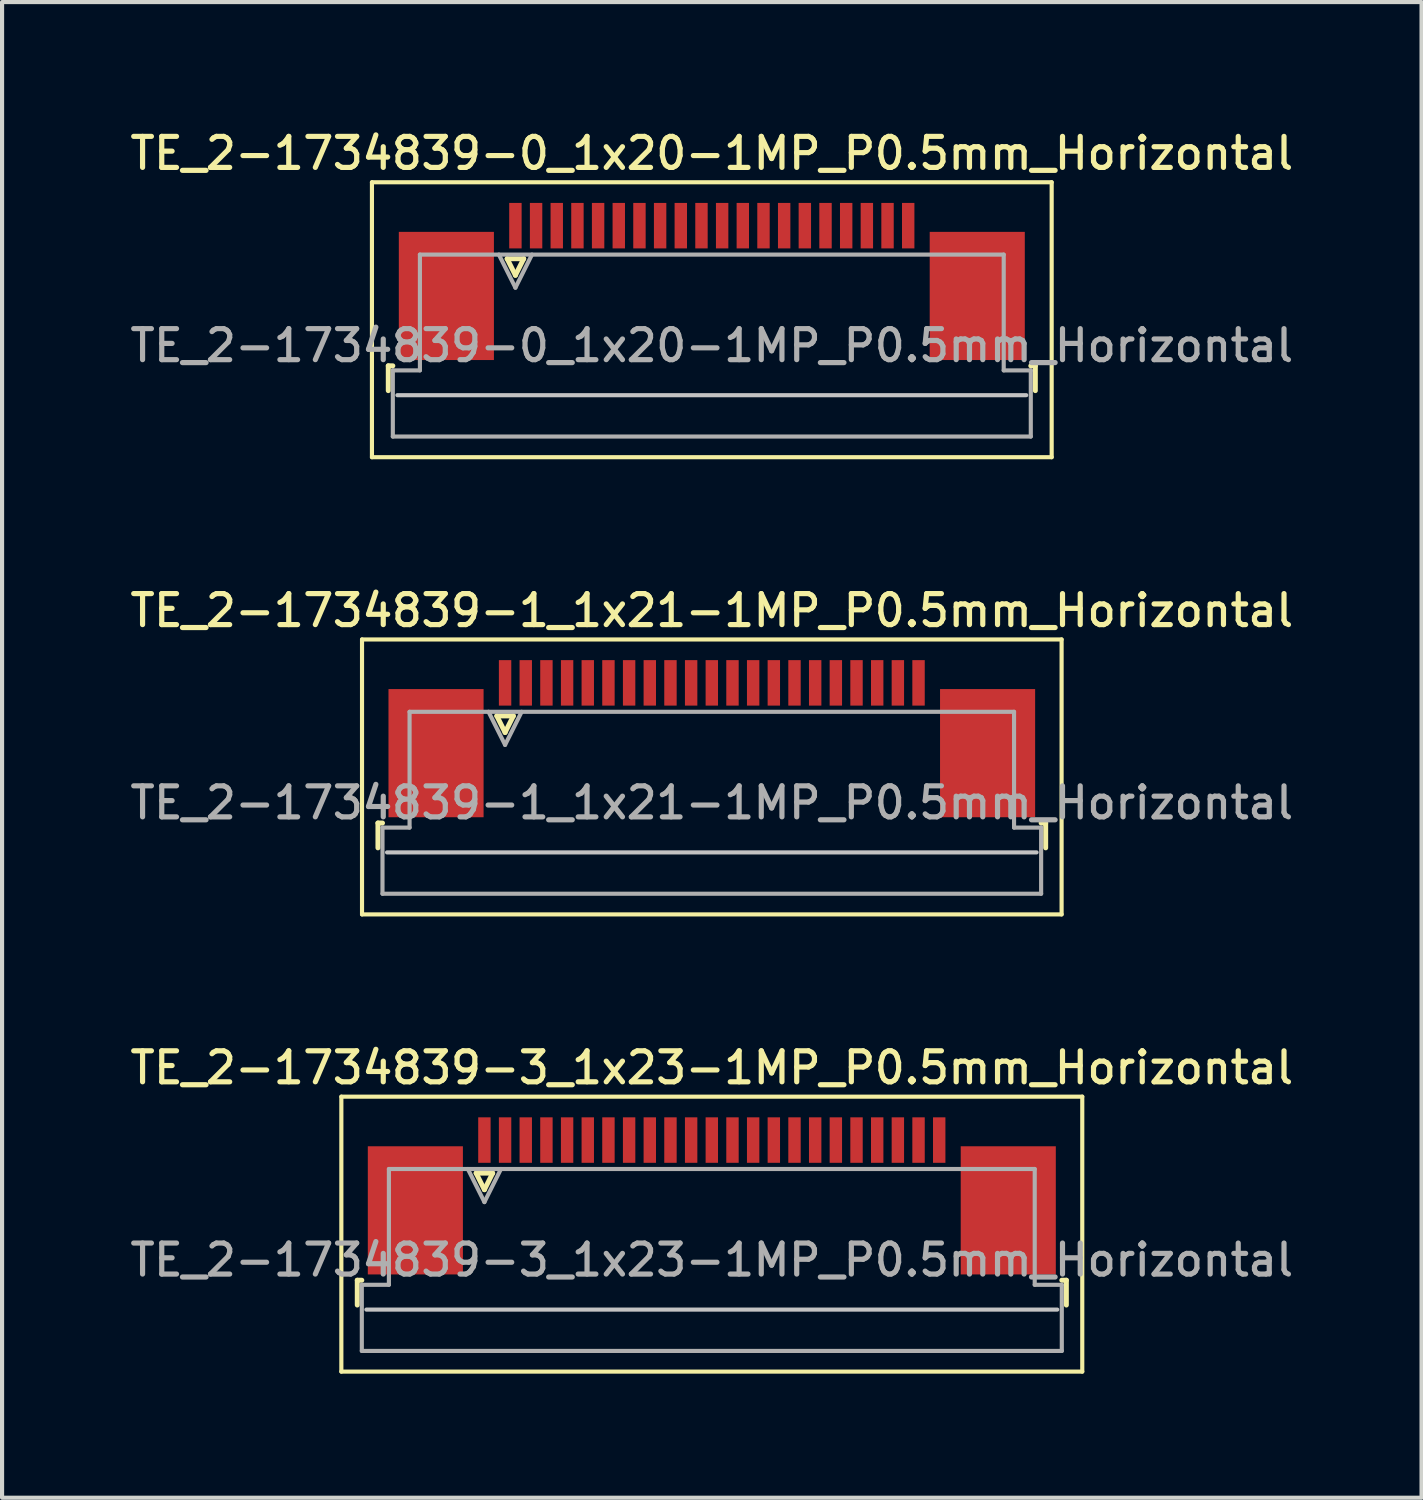
<source format=kicad_pcb>
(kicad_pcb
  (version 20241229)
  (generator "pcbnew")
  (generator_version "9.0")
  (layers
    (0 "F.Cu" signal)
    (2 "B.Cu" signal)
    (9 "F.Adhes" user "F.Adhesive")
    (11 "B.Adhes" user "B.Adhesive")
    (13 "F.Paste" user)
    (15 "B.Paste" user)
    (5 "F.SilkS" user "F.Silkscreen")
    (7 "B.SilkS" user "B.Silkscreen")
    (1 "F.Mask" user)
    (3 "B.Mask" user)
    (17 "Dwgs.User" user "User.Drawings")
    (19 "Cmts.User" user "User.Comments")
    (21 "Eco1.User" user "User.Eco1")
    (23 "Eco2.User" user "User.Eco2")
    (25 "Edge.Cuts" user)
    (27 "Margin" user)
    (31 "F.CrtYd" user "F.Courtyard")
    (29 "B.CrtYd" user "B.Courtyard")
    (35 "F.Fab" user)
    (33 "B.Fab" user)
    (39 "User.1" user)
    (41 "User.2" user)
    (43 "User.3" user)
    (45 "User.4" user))
  (footprint "TE_2-1734839-1_1x21-1MP_P0.5mm_Horizontal"
    (layer "F.Cu")
    (at 14.166 14.816)
    (property "Reference" "TE_2-1734839-1_1x21-1MP_P0.5mm_Horizontal" (at 0 -3.1 0) (layer "F.SilkS") (effects (font (size 0.75 0.75) (thickness 0.125))))
    (attr smd)
    (fp_line (start -8.46 -2.4) (end -8.46 4.25) (stroke (width 0.1) (type solid)) (layer "F.SilkS"))
    (fp_line (start -8.46 4.25) (end 8.46 4.25) (stroke (width 0.1) (type solid)) (layer "F.SilkS"))
    (fp_line (start -8.075 2.04) (end -8.075 2.64) (stroke (width 0.12) (type solid)) (layer "F.SilkS"))
    (fp_line (start -7.965 2.04) (end -8.075 2.04) (stroke (width 0.12) (type solid)) (layer "F.SilkS"))
    (fp_line (start -5.2 -0.55) (end -5 -0.15) (stroke (width 0.12) (type solid)) (layer "F.SilkS"))
    (fp_line (start -5 -0.15) (end -4.8 -0.55) (stroke (width 0.12) (type solid)) (layer "F.SilkS"))
    (fp_line (start -4.8 -0.55) (end -5.2 -0.55) (stroke (width 0.12) (type solid)) (layer "F.SilkS"))
    (fp_line (start 7.965 2.04) (end 8.075 2.04) (stroke (width 0.12) (type solid)) (layer "F.SilkS"))
    (fp_line (start 8.075 2.04) (end 8.075 2.64) (stroke (width 0.12) (type solid)) (layer "F.SilkS"))
    (fp_line (start 8.46 -2.4) (end -8.46 -2.4) (stroke (width 0.1) (type solid)) (layer "F.SilkS"))
    (fp_line (start 8.46 4.25) (end 8.46 -2.4) (stroke (width 0.1) (type solid)) (layer "F.SilkS"))
    (fp_line (start 7.855 2.75) (end -7.855 2.75) (stroke (width 0.1) (type solid)) (layer "Dwgs.User"))
    (fp_line (start -7.965 2.15) (end -7.31 2.15) (stroke (width 0.1) (type solid)) (layer "F.Fab"))
    (fp_line (start -7.965 3.75) (end -7.965 2.15) (stroke (width 0.1) (type solid)) (layer "F.Fab"))
    (fp_line (start -7.31 -0.65) (end 7.31 -0.65) (stroke (width 0.1) (type solid)) (layer "F.Fab"))
    (fp_line (start -7.31 2.15) (end -7.31 -0.65) (stroke (width 0.1) (type solid)) (layer "F.Fab"))
    (fp_line (start -5.4 -0.65) (end -5 0.15) (stroke (width 0.1) (type solid)) (layer "F.Fab"))
    (fp_line (start -5 0.15) (end -4.6 -0.65) (stroke (width 0.1) (type solid)) (layer "F.Fab"))
    (fp_line (start 7.31 -0.65) (end 7.31 2.15) (stroke (width 0.1) (type solid)) (layer "F.Fab"))
    (fp_line (start 7.31 2.15) (end 7.965 2.15) (stroke (width 0.1) (type solid)) (layer "F.Fab"))
    (fp_line (start 7.965 2.15) (end 7.965 3.75) (stroke (width 0.1) (type solid)) (layer "F.Fab"))
    (fp_line (start 7.965 3.75) (end -7.965 3.75) (stroke (width 0.1) (type solid)) (layer "F.Fab"))
    (fp_text user "${REFERENCE}" (at 0 1.55 0) (layer "F.Fab") (effects (font (size 0.75 0.75) (thickness 0.125))))
    (pad "1" smd rect (at -5 -1.35) (size 0.3 1.1) (layers "F.Cu" "F.Mask" "F.Paste"))
    (pad "2" smd rect (at -4.5 -1.35) (size 0.3 1.1) (layers "F.Cu" "F.Mask" "F.Paste"))
    (pad "3" smd rect (at -4 -1.35) (size 0.3 1.1) (layers "F.Cu" "F.Mask" "F.Paste"))
    (pad "4" smd rect (at -3.5 -1.35) (size 0.3 1.1) (layers "F.Cu" "F.Mask" "F.Paste"))
    (pad "5" smd rect (at -3 -1.35) (size 0.3 1.1) (layers "F.Cu" "F.Mask" "F.Paste"))
    (pad "6" smd rect (at -2.5 -1.35) (size 0.3 1.1) (layers "F.Cu" "F.Mask" "F.Paste"))
    (pad "7" smd rect (at -2 -1.35) (size 0.3 1.1) (layers "F.Cu" "F.Mask" "F.Paste"))
    (pad "8" smd rect (at -1.5 -1.35) (size 0.3 1.1) (layers "F.Cu" "F.Mask" "F.Paste"))
    (pad "9" smd rect (at -1 -1.35) (size 0.3 1.1) (layers "F.Cu" "F.Mask" "F.Paste"))
    (pad "10" smd rect (at -0.5 -1.35) (size 0.3 1.1) (layers "F.Cu" "F.Mask" "F.Paste"))
    (pad "11" smd rect (at 0 -1.35) (size 0.3 1.1) (layers "F.Cu" "F.Mask" "F.Paste"))
    (pad "12" smd rect (at 0.5 -1.35) (size 0.3 1.1) (layers "F.Cu" "F.Mask" "F.Paste"))
    (pad "13" smd rect (at 1 -1.35) (size 0.3 1.1) (layers "F.Cu" "F.Mask" "F.Paste"))
    (pad "14" smd rect (at 1.5 -1.35) (size 0.3 1.1) (layers "F.Cu" "F.Mask" "F.Paste"))
    (pad "15" smd rect (at 2 -1.35) (size 0.3 1.1) (layers "F.Cu" "F.Mask" "F.Paste"))
    (pad "16" smd rect (at 2.5 -1.35) (size 0.3 1.1) (layers "F.Cu" "F.Mask" "F.Paste"))
    (pad "17" smd rect (at 3 -1.35) (size 0.3 1.1) (layers "F.Cu" "F.Mask" "F.Paste"))
    (pad "18" smd rect (at 3.5 -1.35) (size 0.3 1.1) (layers "F.Cu" "F.Mask" "F.Paste"))
    (pad "19" smd rect (at 4 -1.35) (size 0.3 1.1) (layers "F.Cu" "F.Mask" "F.Paste"))
    (pad "20" smd rect (at 4.5 -1.35) (size 0.3 1.1) (layers "F.Cu" "F.Mask" "F.Paste"))
    (pad "21" smd rect (at 5 -1.35) (size 0.3 1.1) (layers "F.Cu" "F.Mask" "F.Paste"))
    (pad "MP" smd rect (at -6.67 0.35) (size 2.3 3.1) (layers "F.Cu" "F.Mask" "F.Paste"))
    (pad "MP" smd rect (at 6.67 0.35) (size 2.3 3.1) (layers "F.Cu" "F.Mask" "F.Paste")))
  (footprint "TE_2-1734839-0_1x20-1MP_P0.5mm_Horizontal"
    (layer "F.Cu")
    (at 14.166 3.758)
    (property "Reference" "TE_2-1734839-0_1x20-1MP_P0.5mm_Horizontal" (at 0 -3.1 0) (layer "F.SilkS") (effects (font (size 0.75 0.75) (thickness 0.125))))
    (attr smd)
    (fp_line (start -8.22 -2.4) (end -8.22 4.25) (stroke (width 0.1) (type solid)) (layer "F.SilkS"))
    (fp_line (start -8.22 4.25) (end 8.22 4.25) (stroke (width 0.1) (type solid)) (layer "F.SilkS"))
    (fp_line (start -7.825 2.04) (end -7.825 2.64) (stroke (width 0.12) (type solid)) (layer "F.SilkS"))
    (fp_line (start -7.715 2.04) (end -7.825 2.04) (stroke (width 0.12) (type solid)) (layer "F.SilkS"))
    (fp_line (start -4.95 -0.55) (end -4.75 -0.15) (stroke (width 0.12) (type solid)) (layer "F.SilkS"))
    (fp_line (start -4.75 -0.15) (end -4.55 -0.55) (stroke (width 0.12) (type solid)) (layer "F.SilkS"))
    (fp_line (start -4.55 -0.55) (end -4.95 -0.55) (stroke (width 0.12) (type solid)) (layer "F.SilkS"))
    (fp_line (start 7.715 2.04) (end 7.825 2.04) (stroke (width 0.12) (type solid)) (layer "F.SilkS"))
    (fp_line (start 7.825 2.04) (end 7.825 2.64) (stroke (width 0.12) (type solid)) (layer "F.SilkS"))
    (fp_line (start 8.22 -2.4) (end -8.22 -2.4) (stroke (width 0.1) (type solid)) (layer "F.SilkS"))
    (fp_line (start 8.22 4.25) (end 8.22 -2.4) (stroke (width 0.1) (type solid)) (layer "F.SilkS"))
    (fp_line (start 7.605 2.75) (end -7.605 2.75) (stroke (width 0.1) (type solid)) (layer "Dwgs.User"))
    (fp_line (start -7.715 2.15) (end -7.06 2.15) (stroke (width 0.1) (type solid)) (layer "F.Fab"))
    (fp_line (start -7.715 3.75) (end -7.715 2.15) (stroke (width 0.1) (type solid)) (layer "F.Fab"))
    (fp_line (start -7.06 -0.65) (end 7.06 -0.65) (stroke (width 0.1) (type solid)) (layer "F.Fab"))
    (fp_line (start -7.06 2.15) (end -7.06 -0.65) (stroke (width 0.1) (type solid)) (layer "F.Fab"))
    (fp_line (start -5.15 -0.65) (end -4.75 0.15) (stroke (width 0.1) (type solid)) (layer "F.Fab"))
    (fp_line (start -4.75 0.15) (end -4.35 -0.65) (stroke (width 0.1) (type solid)) (layer "F.Fab"))
    (fp_line (start 7.06 -0.65) (end 7.06 2.15) (stroke (width 0.1) (type solid)) (layer "F.Fab"))
    (fp_line (start 7.06 2.15) (end 7.715 2.15) (stroke (width 0.1) (type solid)) (layer "F.Fab"))
    (fp_line (start 7.715 2.15) (end 7.715 3.75) (stroke (width 0.1) (type solid)) (layer "F.Fab"))
    (fp_line (start 7.715 3.75) (end -7.715 3.75) (stroke (width 0.1) (type solid)) (layer "F.Fab"))
    (fp_text user "${REFERENCE}" (at 0 1.55 0) (layer "F.Fab") (effects (font (size 0.75 0.75) (thickness 0.125))))
    (pad "1" smd rect (at -4.75 -1.35) (size 0.3 1.1) (layers "F.Cu" "F.Mask" "F.Paste"))
    (pad "2" smd rect (at -4.25 -1.35) (size 0.3 1.1) (layers "F.Cu" "F.Mask" "F.Paste"))
    (pad "3" smd rect (at -3.75 -1.35) (size 0.3 1.1) (layers "F.Cu" "F.Mask" "F.Paste"))
    (pad "4" smd rect (at -3.25 -1.35) (size 0.3 1.1) (layers "F.Cu" "F.Mask" "F.Paste"))
    (pad "5" smd rect (at -2.75 -1.35) (size 0.3 1.1) (layers "F.Cu" "F.Mask" "F.Paste"))
    (pad "6" smd rect (at -2.25 -1.35) (size 0.3 1.1) (layers "F.Cu" "F.Mask" "F.Paste"))
    (pad "7" smd rect (at -1.75 -1.35) (size 0.3 1.1) (layers "F.Cu" "F.Mask" "F.Paste"))
    (pad "8" smd rect (at -1.25 -1.35) (size 0.3 1.1) (layers "F.Cu" "F.Mask" "F.Paste"))
    (pad "9" smd rect (at -0.75 -1.35) (size 0.3 1.1) (layers "F.Cu" "F.Mask" "F.Paste"))
    (pad "10" smd rect (at -0.25 -1.35) (size 0.3 1.1) (layers "F.Cu" "F.Mask" "F.Paste"))
    (pad "11" smd rect (at 0.25 -1.35) (size 0.3 1.1) (layers "F.Cu" "F.Mask" "F.Paste"))
    (pad "12" smd rect (at 0.75 -1.35) (size 0.3 1.1) (layers "F.Cu" "F.Mask" "F.Paste"))
    (pad "13" smd rect (at 1.25 -1.35) (size 0.3 1.1) (layers "F.Cu" "F.Mask" "F.Paste"))
    (pad "14" smd rect (at 1.75 -1.35) (size 0.3 1.1) (layers "F.Cu" "F.Mask" "F.Paste"))
    (pad "15" smd rect (at 2.25 -1.35) (size 0.3 1.1) (layers "F.Cu" "F.Mask" "F.Paste"))
    (pad "16" smd rect (at 2.75 -1.35) (size 0.3 1.1) (layers "F.Cu" "F.Mask" "F.Paste"))
    (pad "17" smd rect (at 3.25 -1.35) (size 0.3 1.1) (layers "F.Cu" "F.Mask" "F.Paste"))
    (pad "18" smd rect (at 3.75 -1.35) (size 0.3 1.1) (layers "F.Cu" "F.Mask" "F.Paste"))
    (pad "19" smd rect (at 4.25 -1.35) (size 0.3 1.1) (layers "F.Cu" "F.Mask" "F.Paste"))
    (pad "20" smd rect (at 4.75 -1.35) (size 0.3 1.1) (layers "F.Cu" "F.Mask" "F.Paste"))
    (pad "MP" smd rect (at -6.42 0.35) (size 2.3 3.1) (layers "F.Cu" "F.Mask" "F.Paste"))
    (pad "MP" smd rect (at 6.42 0.35) (size 2.3 3.1) (layers "F.Cu" "F.Mask" "F.Paste")))
  (footprint "TE_2-1734839-3_1x23-1MP_P0.5mm_Horizontal"
    (layer "F.Cu")
    (at 14.166 25.874)
    (property "Reference" "TE_2-1734839-3_1x23-1MP_P0.5mm_Horizontal" (at 0 -3.1 0) (layer "F.SilkS") (effects (font (size 0.75 0.75) (thickness 0.125))))
    (attr smd)
    (fp_line (start -8.96 -2.4) (end -8.96 4.25) (stroke (width 0.1) (type solid)) (layer "F.SilkS"))
    (fp_line (start -8.96 4.25) (end 8.96 4.25) (stroke (width 0.1) (type solid)) (layer "F.SilkS"))
    (fp_line (start -8.575 2.04) (end -8.575 2.64) (stroke (width 0.12) (type solid)) (layer "F.SilkS"))
    (fp_line (start -8.465 2.04) (end -8.575 2.04) (stroke (width 0.12) (type solid)) (layer "F.SilkS"))
    (fp_line (start -5.7 -0.55) (end -5.5 -0.15) (stroke (width 0.12) (type solid)) (layer "F.SilkS"))
    (fp_line (start -5.5 -0.15) (end -5.3 -0.55) (stroke (width 0.12) (type solid)) (layer "F.SilkS"))
    (fp_line (start -5.3 -0.55) (end -5.7 -0.55) (stroke (width 0.12) (type solid)) (layer "F.SilkS"))
    (fp_line (start 8.465 2.04) (end 8.575 2.04) (stroke (width 0.12) (type solid)) (layer "F.SilkS"))
    (fp_line (start 8.575 2.04) (end 8.575 2.64) (stroke (width 0.12) (type solid)) (layer "F.SilkS"))
    (fp_line (start 8.96 -2.4) (end -8.96 -2.4) (stroke (width 0.1) (type solid)) (layer "F.SilkS"))
    (fp_line (start 8.96 4.25) (end 8.96 -2.4) (stroke (width 0.1) (type solid)) (layer "F.SilkS"))
    (fp_line (start 8.355 2.75) (end -8.355 2.75) (stroke (width 0.1) (type solid)) (layer "Dwgs.User"))
    (fp_line (start -8.465 2.15) (end -7.81 2.15) (stroke (width 0.1) (type solid)) (layer "F.Fab"))
    (fp_line (start -8.465 3.75) (end -8.465 2.15) (stroke (width 0.1) (type solid)) (layer "F.Fab"))
    (fp_line (start -7.81 -0.65) (end 7.81 -0.65) (stroke (width 0.1) (type solid)) (layer "F.Fab"))
    (fp_line (start -7.81 2.15) (end -7.81 -0.65) (stroke (width 0.1) (type solid)) (layer "F.Fab"))
    (fp_line (start -5.9 -0.65) (end -5.5 0.15) (stroke (width 0.1) (type solid)) (layer "F.Fab"))
    (fp_line (start -5.5 0.15) (end -5.1 -0.65) (stroke (width 0.1) (type solid)) (layer "F.Fab"))
    (fp_line (start 7.81 -0.65) (end 7.81 2.15) (stroke (width 0.1) (type solid)) (layer "F.Fab"))
    (fp_line (start 7.81 2.15) (end 8.465 2.15) (stroke (width 0.1) (type solid)) (layer "F.Fab"))
    (fp_line (start 8.465 2.15) (end 8.465 3.75) (stroke (width 0.1) (type solid)) (layer "F.Fab"))
    (fp_line (start 8.465 3.75) (end -8.465 3.75) (stroke (width 0.1) (type solid)) (layer "F.Fab"))
    (fp_text user "${REFERENCE}" (at 0 1.55 0) (layer "F.Fab") (effects (font (size 0.75 0.75) (thickness 0.125))))
    (pad "1" smd rect (at -5.5 -1.35) (size 0.3 1.1) (layers "F.Cu" "F.Mask" "F.Paste"))
    (pad "2" smd rect (at -5 -1.35) (size 0.3 1.1) (layers "F.Cu" "F.Mask" "F.Paste"))
    (pad "3" smd rect (at -4.5 -1.35) (size 0.3 1.1) (layers "F.Cu" "F.Mask" "F.Paste"))
    (pad "4" smd rect (at -4 -1.35) (size 0.3 1.1) (layers "F.Cu" "F.Mask" "F.Paste"))
    (pad "5" smd rect (at -3.5 -1.35) (size 0.3 1.1) (layers "F.Cu" "F.Mask" "F.Paste"))
    (pad "6" smd rect (at -3 -1.35) (size 0.3 1.1) (layers "F.Cu" "F.Mask" "F.Paste"))
    (pad "7" smd rect (at -2.5 -1.35) (size 0.3 1.1) (layers "F.Cu" "F.Mask" "F.Paste"))
    (pad "8" smd rect (at -2 -1.35) (size 0.3 1.1) (layers "F.Cu" "F.Mask" "F.Paste"))
    (pad "9" smd rect (at -1.5 -1.35) (size 0.3 1.1) (layers "F.Cu" "F.Mask" "F.Paste"))
    (pad "10" smd rect (at -1 -1.35) (size 0.3 1.1) (layers "F.Cu" "F.Mask" "F.Paste"))
    (pad "11" smd rect (at -0.5 -1.35) (size 0.3 1.1) (layers "F.Cu" "F.Mask" "F.Paste"))
    (pad "12" smd rect (at 0 -1.35) (size 0.3 1.1) (layers "F.Cu" "F.Mask" "F.Paste"))
    (pad "13" smd rect (at 0.5 -1.35) (size 0.3 1.1) (layers "F.Cu" "F.Mask" "F.Paste"))
    (pad "14" smd rect (at 1 -1.35) (size 0.3 1.1) (layers "F.Cu" "F.Mask" "F.Paste"))
    (pad "15" smd rect (at 1.5 -1.35) (size 0.3 1.1) (layers "F.Cu" "F.Mask" "F.Paste"))
    (pad "16" smd rect (at 2 -1.35) (size 0.3 1.1) (layers "F.Cu" "F.Mask" "F.Paste"))
    (pad "17" smd rect (at 2.5 -1.35) (size 0.3 1.1) (layers "F.Cu" "F.Mask" "F.Paste"))
    (pad "18" smd rect (at 3 -1.35) (size 0.3 1.1) (layers "F.Cu" "F.Mask" "F.Paste"))
    (pad "19" smd rect (at 3.5 -1.35) (size 0.3 1.1) (layers "F.Cu" "F.Mask" "F.Paste"))
    (pad "20" smd rect (at 4 -1.35) (size 0.3 1.1) (layers "F.Cu" "F.Mask" "F.Paste"))
    (pad "21" smd rect (at 4.5 -1.35) (size 0.3 1.1) (layers "F.Cu" "F.Mask" "F.Paste"))
    (pad "22" smd rect (at 5 -1.35) (size 0.3 1.1) (layers "F.Cu" "F.Mask" "F.Paste"))
    (pad "23" smd rect (at 5.5 -1.35) (size 0.3 1.1) (layers "F.Cu" "F.Mask" "F.Paste"))
    (pad "MP" smd rect (at -7.17 0.35) (size 2.3 3.1) (layers "F.Cu" "F.Mask" "F.Paste"))
    (pad "MP" smd rect (at 7.17 0.35) (size 2.3 3.1) (layers "F.Cu" "F.Mask" "F.Paste")))
  (gr_rect
    (start -3 -3)
    (end 31.332 33.174)
    (stroke (width 0.1) (type default))
    (fill no)
    (layer "Edge.Cuts")))
</source>
